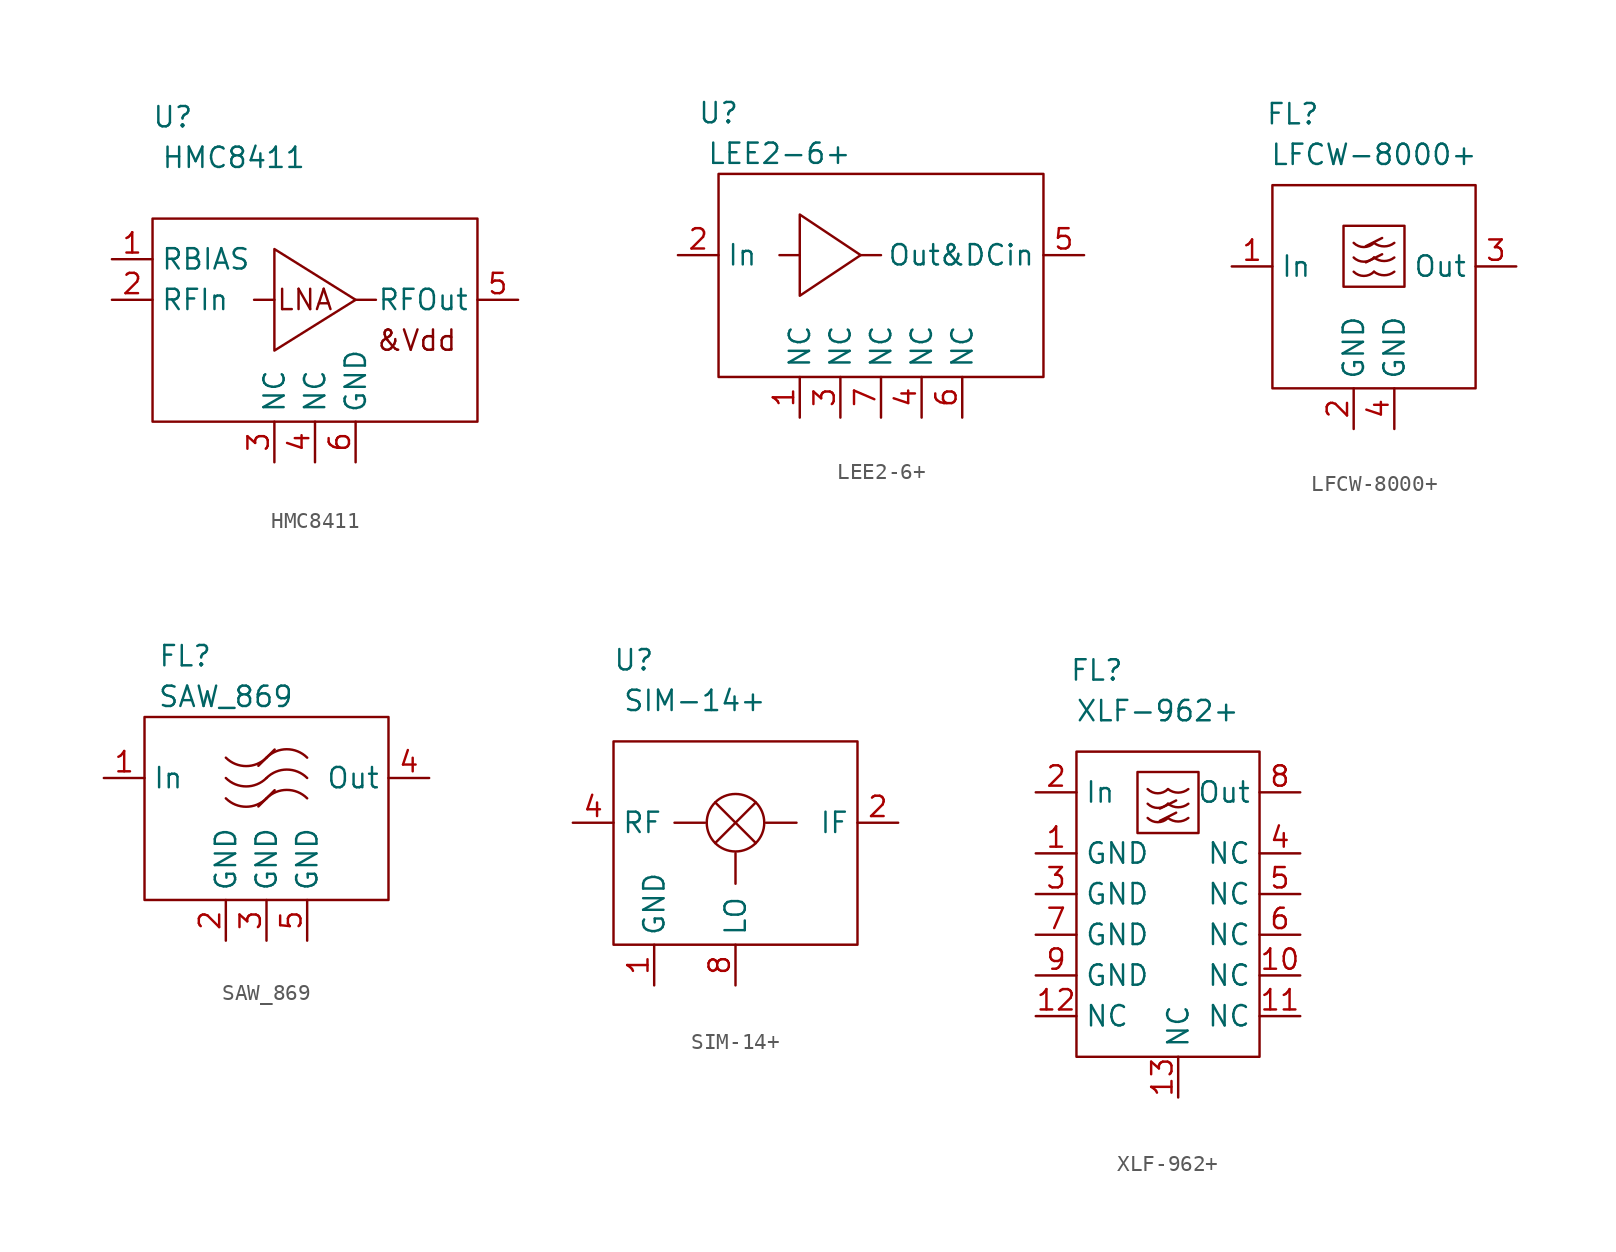
<source format=kicad_sym>
(kicad_symbol_lib
  (version 20211014)
  (generator kicad_symbol_editor)
  (symbol "HMC8411"
    (property "Reference" "U"
      (at 13.97 17.78 0)
      (effects (font (size 1.27 1.27))))
    (property "Value" "HMC8411"
      (at 17.78 15.24 0)
      (effects (font (size 1.27 1.27))))
    (symbol "HMC8411_0_0"
      (text "&Vdd" (at 29.21 3.81 0) (effects (font (size 1.27 1.27))))
      (text "LNA" (at 22.225 6.35 0) (effects (font (size 1.27 1.27))))
      (pin unspecified line (at 10.16 8.89 0) (length 2.54) (name "RBIAS" (effects (font (size 1.27 1.27)))) (number "1" (effects (font (size 1.27 1.27)))))
      (pin unspecified line (at 10.16 6.35 0) (length 2.54) (name "RFIn" (effects (font (size 1.27 1.27)))) (number "2" (effects (font (size 1.27 1.27)))))
      (pin unspecified line (at 20.32 -3.81 90) (length 2.54) (name "NC" (effects (font (size 1.27 1.27)))) (number "3" (effects (font (size 1.27 1.27)))))
      (pin unspecified line (at 22.86 -3.81 90) (length 2.54) (name "NC" (effects (font (size 1.27 1.27)))) (number "4" (effects (font (size 1.27 1.27)))))
      (pin unspecified line (at 35.56 6.35 180) (length 2.54) (name "RFOut" (effects (font (size 1.27 1.27)))) (number "5" (effects (font (size 1.27 1.27)))))
      (pin unspecified line (at 25.4 -3.81 90) (length 2.54) (name "GND" (effects (font (size 1.27 1.27)))) (number "6" (effects (font (size 1.27 1.27))))))
    (symbol "HMC8411_0_1"
      (polyline (pts (xy 20.32 6.35) (xy 19.05 6.35)) (stroke (width 0) (type default) (color 0 0 0 0)) (fill (type none)))
      (polyline (pts (xy 26.67 6.35) (xy 25.4 6.35)) (stroke (width 0) (type default) (color 0 0 0 0)) (fill (type none)))
      (polyline (pts (xy 20.32 9.525) (xy 20.32 3.175) (xy 25.4 6.35) (xy 20.32 9.525)) (stroke (width 0) (type default) (color 0 0 0 0)) (fill (type none)))
      (rectangle (start 12.7 11.43) (end 33.02 -1.27) (stroke (width 0) (type default) (color 0 0 0 0)) (fill (type none)))))
  (symbol "LEE2-6+"
    (property "Reference" "U"
      (at 7.62 24.13 0)
      (effects (font (size 1.27 1.27))))
    (property "Value" "LEE2-6+"
      (at 11.43 21.59 0)
      (effects (font (size 1.27 1.27))))
    (symbol "LEE2-6+_0_0"
      (polyline (pts (xy 12.7 15.24) (xy 11.43 15.24)) (stroke (width 0) (type default) (color 0 0 0 0)) (fill (type none)))
      (polyline (pts (xy 16.51 15.24) (xy 17.78 15.24)) (stroke (width 0) (type default) (color 0 0 0 0)) (fill (type none)))
      (polyline (pts (xy 12.7 17.78) (xy 12.7 12.7) (xy 16.51 15.24) (xy 12.7 17.78)) (stroke (width 0) (type default) (color 0 0 0 0)) (fill (type none)))
      (pin passive line (at 12.7 5.08 90) (length 2.54) (name "NC" (effects (font (size 1.27 1.27)))) (number "1" (effects (font (size 1.27 1.27)))))
      (pin passive line (at 5.08 15.24 0) (length 2.54) (name "In" (effects (font (size 1.27 1.27)))) (number "2" (effects (font (size 1.27 1.27)))))
      (pin passive line (at 15.24 5.08 90) (length 2.54) (name "NC" (effects (font (size 1.27 1.27)))) (number "3" (effects (font (size 1.27 1.27)))))
      (pin passive line (at 20.32 5.08 90) (length 2.54) (name "NC" (effects (font (size 1.27 1.27)))) (number "4" (effects (font (size 1.27 1.27)))))
      (pin passive line (at 30.48 15.24 180) (length 2.54) (name "Out&DCin" (effects (font (size 1.27 1.27)))) (number "5" (effects (font (size 1.27 1.27)))))
      (pin passive line (at 22.86 5.08 90) (length 2.54) (name "NC" (effects (font (size 1.27 1.27)))) (number "6" (effects (font (size 1.27 1.27)))))
      (pin passive line (at 17.78 5.08 90) (length 2.54) (name "NC" (effects (font (size 1.27 1.27)))) (number "7" (effects (font (size 1.27 1.27))))))
    (symbol "LEE2-6+_0_1"
      (rectangle (start 7.62 20.32) (end 27.94 7.62) (stroke (width 0) (type default) (color 0 0 0 0)) (fill (type none)))))
  (symbol "LFCW-8000+"
    (property "Reference" "FL"
      (at 1.27 19.685 0)
      (effects (font (size 1.27 1.27))))
    (property "Value" "LFCW-8000+"
      (at 6.35 17.145 0)
      (effects (font (size 1.27 1.27))))
    (symbol "LFCW-8000+_0_0"
      (pin input line (at -2.54 10.16 0) (length 2.54) (name "In" (effects (font (size 1.27 1.27)))) (number "1" (effects (font (size 1.27 1.27)))))
      (pin passive line (at 5.08 0 90) (length 2.54) (name "GND" (effects (font (size 1.27 1.27)))) (number "2" (effects (font (size 1.27 1.27)))))
      (pin output line (at 15.24 10.16 180) (length 2.54) (name "Out" (effects (font (size 1.27 1.27)))) (number "3" (effects (font (size 1.27 1.27)))))
      (pin passive line (at 7.62 0 90) (length 2.54) (name "GND" (effects (font (size 1.27 1.27)))) (number "4" (effects (font (size 1.27 1.27))))))
    (symbol "LFCW-8000+_0_1"
      (polyline (pts (xy 5.842 10.414) (xy 6.858 10.922)) (stroke (width 0) (type default) (color 0 0 0 0)) (fill (type none)))
      (polyline (pts (xy 5.842 11.43) (xy 6.858 11.938)) (stroke (width 0) (type default) (color 0 0 0 0)) (fill (type none)))
      (rectangle (start 0 15.24) (end 12.7 2.54) (stroke (width 0) (type default) (color 0 0 0 0)) (fill (type none)))
      (rectangle (start 4.445 12.7) (end 8.255 8.89) (stroke (width 0) (type default) (color 0 0 0 0)) (fill (type none)))
      (arc (start 5.08 9.8298) (mid 5.715 8.2968) (end 6.35 9.8298) (stroke (width 0) (type default) (color 0 0 0 0)) (fill (type none)))
      (arc (start 5.08 10.7188) (mid 5.715 9.1808) (end 6.35 10.7188) (stroke (width 0) (type default) (color 0 0 0 0)) (fill (type none)))
      (arc (start 5.08 11.6332) (mid 5.715 10.1002) (end 6.35 11.6332) (stroke (width 0) (type default) (color 0 0 0 0)) (fill (type none)))
      (arc (start 6.35 9.8298) (mid 6.985 9.6088) (end 7.62 9.8298) (stroke (width 0) (type default) (color 0 0 0 0)) (fill (type none)))
      (arc (start 6.35 10.7188) (mid 6.985 10.4978) (end 7.62 10.7188) (stroke (width 0) (type default) (color 0 0 0 0)) (fill (type none)))
      (arc (start 6.35 11.6332) (mid 6.985 11.412) (end 7.62 11.6332) (stroke (width 0) (type default) (color 0 0 0 0)) (fill (type none)))))
  (symbol "SAW_869"
    (property "Reference" "FL"
      (at 7.62 19.05 0)
      (effects (font (size 1.27 1.27))))
    (property "Value" "SAW_869"
      (at 10.16 16.51 0)
      (effects (font (size 1.27 1.27))))
    (symbol "SAW_869_0_0"
      (pin unspecified line (at 2.54 11.43 0) (length 2.54) (name "In" (effects (font (size 1.27 1.27)))) (number "1" (effects (font (size 1.27 1.27)))))
      (pin unspecified line (at 10.16 1.27 90) (length 2.54) (name "GND" (effects (font (size 1.27 1.27)))) (number "2" (effects (font (size 1.27 1.27)))))
      (pin unspecified line (at 12.7 1.27 90) (length 2.54) (name "GND" (effects (font (size 1.27 1.27)))) (number "3" (effects (font (size 1.27 1.27)))))
      (pin unspecified line (at 22.86 11.43 180) (length 2.54) (name "Out" (effects (font (size 1.27 1.27)))) (number "4" (effects (font (size 1.27 1.27)))))
      (pin unspecified line (at 15.24 1.27 90) (length 2.54) (name "GND" (effects (font (size 1.27 1.27)))) (number "5" (effects (font (size 1.27 1.27))))))
    (symbol "SAW_869_0_1"
      (polyline (pts (xy 13.208 10.668) (xy 12.192 9.652)) (stroke (width 0) (type default) (color 0 0 0 0)) (fill (type none)))
      (polyline (pts (xy 13.208 13.208) (xy 12.192 12.192)) (stroke (width 0) (type default) (color 0 0 0 0)) (fill (type none)))
      (rectangle (start 5.08 15.24) (end 20.32 3.81) (stroke (width 0) (type default) (color 0 0 0 0)) (fill (type none)))
      (arc (start 10.16 10.16) (mid 11.43 7.0938) (end 12.7 10.16) (stroke (width 0) (type default) (color 0 0 0 0)) (fill (type none)))
      (arc (start 10.16 11.43) (mid 11.43 8.3638) (end 12.7 11.43) (stroke (width 0) (type default) (color 0 0 0 0)) (fill (type none)))
      (arc (start 10.16 12.7) (mid 11.43 9.6338) (end 12.7 12.7) (stroke (width 0) (type default) (color 0 0 0 0)) (fill (type none)))
      (arc (start 15.24 10.16) (mid 13.97 13.2262) (end 12.7 10.16) (stroke (width 0) (type default) (color 0 0 0 0)) (fill (type none)))
      (arc (start 15.24 11.43) (mid 13.97 14.4962) (end 12.7 11.43) (stroke (width 0) (type default) (color 0 0 0 0)) (fill (type none)))
      (arc (start 15.24 12.7) (mid 13.97 15.7662) (end 12.7 12.7) (stroke (width 0) (type default) (color 0 0 0 0)) (fill (type none)))))
  (symbol "SIM-14+"
    (property "Reference" "U"
      (at 2.54 19.05 0)
      (effects (font (size 1.27 1.27))))
    (property "Value" "SIM-14+"
      (at 6.35 16.51 0)
      (effects (font (size 1.27 1.27))))
    (symbol "SIM-14+_0_0"
      (pin passive line (at 3.81 -1.27 90) (length 2.54) (name "GND" (effects (font (size 1.27 1.27)))) (number "1" (effects (font (size 1.27 1.27)))))
      (pin passive line (at 19.05 8.89 180) (length 2.54) (name "IF" (effects (font (size 1.27 1.27)))) (number "2" (effects (font (size 1.27 1.27)))))
      (pin passive line (at -1.27 8.89 0) (length 2.54) (name "RF" (effects (font (size 1.27 1.27)))) (number "4" (effects (font (size 1.27 1.27)))))
      (pin passive line (at 8.89 -1.27 90) (length 2.54) (name "LO" (effects (font (size 1.27 1.27)))) (number "8" (effects (font (size 1.27 1.27))))))
    (symbol "SIM-14+_0_1"
      (polyline (pts (xy 6.985 8.89) (xy 5.08 8.89)) (stroke (width 0) (type default) (color 0 0 0 0)) (fill (type none)))
      (polyline (pts (xy 7.62 10.16) (xy 10.16 7.62)) (stroke (width 0) (type default) (color 0 0 0 0)) (fill (type none)))
      (polyline (pts (xy 8.89 6.985) (xy 8.89 5.08)) (stroke (width 0) (type default) (color 0 0 0 0)) (fill (type none)))
      (polyline (pts (xy 10.16 10.16) (xy 7.62 7.62)) (stroke (width 0) (type default) (color 0 0 0 0)) (fill (type none)))
      (polyline (pts (xy 10.795 8.89) (xy 12.7 8.89)) (stroke (width 0) (type default) (color 0 0 0 0)) (fill (type none)))
      (rectangle (start 1.27 13.97) (end 16.51 1.27) (stroke (width 0) (type default) (color 0 0 0 0)) (fill (type none)))
      (circle (center 8.89 8.89) (radius 1.796) (stroke (width 0) (type default) (color 0 0 0 0)) (fill (type none)))))
  (symbol "XLF-962+"
    (property "Reference" "FL"
      (at 1.27 19.05 0)
      (effects (font (size 1.27 1.27))))
    (property "Value" "XLF-962+"
      (at 5.08 16.51 0)
      (effects (font (size 1.27 1.27))))
    (symbol "XLF-962+_0_0"
      (pin passive line (at -2.54 7.62 0) (length 2.54) (name "GND" (effects (font (size 1.27 1.27)))) (number "1" (effects (font (size 1.27 1.27)))))
      (pin passive line (at 13.97 0 180) (length 2.54) (name "NC" (effects (font (size 1.27 1.27)))) (number "10" (effects (font (size 1.27 1.27)))))
      (pin passive line (at 13.97 -2.54 180) (length 2.54) (name "NC" (effects (font (size 1.27 1.27)))) (number "11" (effects (font (size 1.27 1.27)))))
      (pin passive line (at -2.54 -2.54 0) (length 2.54) (name "NC" (effects (font (size 1.27 1.27)))) (number "12" (effects (font (size 1.27 1.27)))))
      (pin passive line (at 6.35 -7.62 90) (length 2.54) (name "NC" (effects (font (size 1.27 1.27)))) (number "13" (effects (font (size 1.27 1.27)))))
      (pin input line (at -2.54 11.43 0) (length 2.54) (name "In" (effects (font (size 1.27 1.27)))) (number "2" (effects (font (size 1.27 1.27)))))
      (pin passive line (at -2.54 5.08 0) (length 2.54) (name "GND" (effects (font (size 1.27 1.27)))) (number "3" (effects (font (size 1.27 1.27)))))
      (pin passive line (at 13.97 7.62 180) (length 2.54) (name "NC" (effects (font (size 1.27 1.27)))) (number "4" (effects (font (size 1.27 1.27)))))
      (pin passive line (at 13.97 5.08 180) (length 2.54) (name "NC" (effects (font (size 1.27 1.27)))) (number "5" (effects (font (size 1.27 1.27)))))
      (pin passive line (at 13.97 2.54 180) (length 2.54) (name "NC" (effects (font (size 1.27 1.27)))) (number "6" (effects (font (size 1.27 1.27)))))
      (pin passive line (at -2.54 2.54 0) (length 2.54) (name "GND" (effects (font (size 1.27 1.27)))) (number "7" (effects (font (size 1.27 1.27)))))
      (pin output line (at 13.97 11.43 180) (length 2.54) (name "Out" (effects (font (size 1.27 1.27)))) (number "8" (effects (font (size 1.27 1.27)))))
      (pin passive line (at -2.54 0 0) (length 2.54) (name "GND" (effects (font (size 1.27 1.27)))) (number "9" (effects (font (size 1.27 1.27))))))
    (symbol "XLF-962+_0_1"
      (polyline (pts (xy 5.207 9.652) (xy 6.223 10.16)) (stroke (width 0) (type default) (color 0 0 0 0)) (fill (type none)))
      (polyline (pts (xy 5.207 10.414) (xy 6.223 10.922)) (stroke (width 0) (type default) (color 0 0 0 0)) (fill (type none)))
      (rectangle (start 0 13.97) (end 11.43 -5.08) (stroke (width 0) (type default) (color 0 0 0 0)) (fill (type none)))
      (rectangle (start 3.81 12.7) (end 7.62 8.89) (stroke (width 0) (type default) (color 0 0 0 0)) (fill (type none)))
      (arc (start 4.445 9.8298) (mid 5.08 8.2968) (end 5.715 9.8298) (stroke (width 0) (type default) (color 0 0 0 0)) (fill (type none)))
      (arc (start 4.445 10.7188) (mid 5.08 9.1808) (end 5.715 10.7188) (stroke (width 0) (type default) (color 0 0 0 0)) (fill (type none)))
      (arc (start 4.445 11.6332) (mid 5.08 10.1002) (end 5.715 11.6332) (stroke (width 0) (type default) (color 0 0 0 0)) (fill (type none)))
      (arc (start 5.715 9.8298) (mid 6.35 9.6088) (end 6.985 9.8298) (stroke (width 0) (type default) (color 0 0 0 0)) (fill (type none)))
      (arc (start 5.715 10.7188) (mid 6.35 10.4978) (end 6.985 10.7188) (stroke (width 0) (type default) (color 0 0 0 0)) (fill (type none)))
      (arc (start 5.715 11.6332) (mid 6.35 11.412) (end 6.985 11.6332) (stroke (width 0) (type default) (color 0 0 0 0)) (fill (type none))))))
</source>
